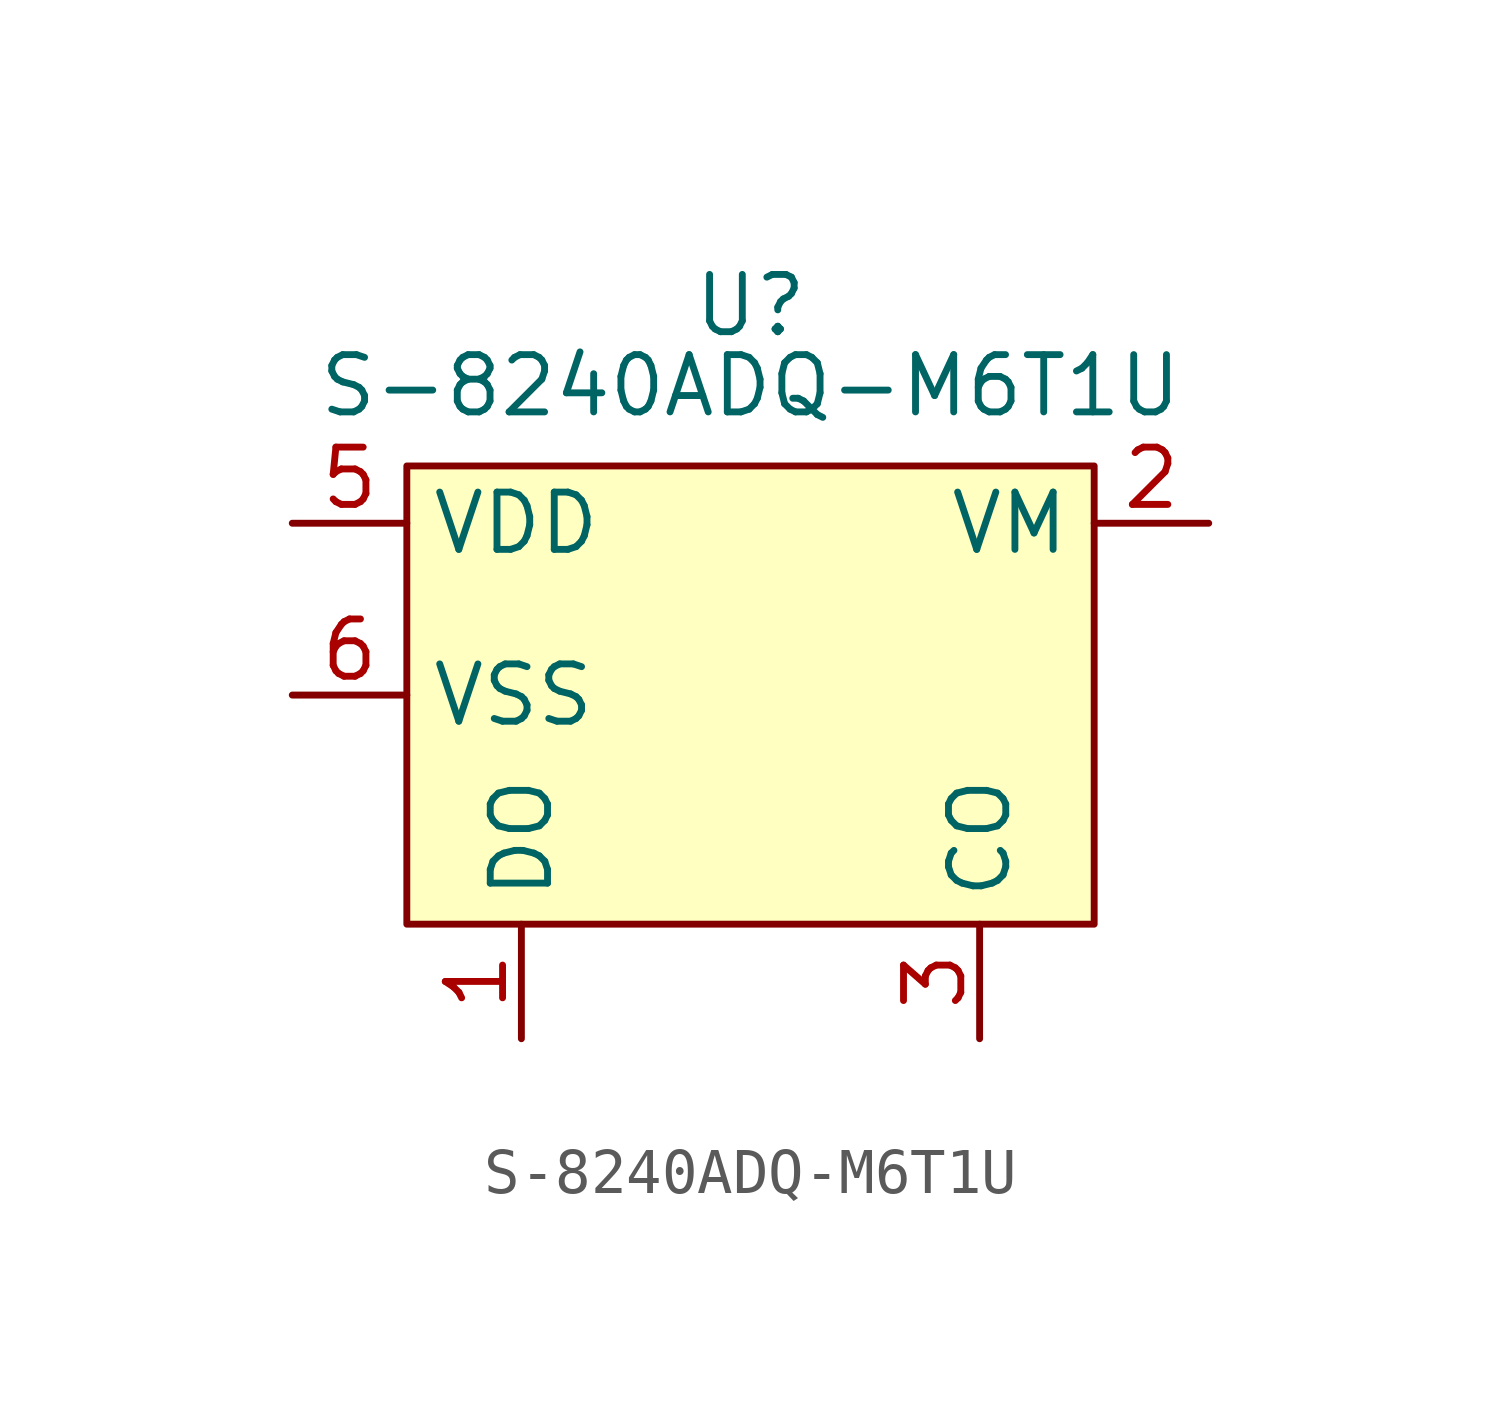
<source format=kicad_sym>
(kicad_symbol_lib
  (version 20231120)
  (generator "kicad_symbol_editor")
  (generator_version "8.0")
  (symbol "S-8240ADQ-M6T1U"
    (property "Reference" "U"
      (at 0 8.636 0)
      (effects (font (size 1.27 1.27))))
    (property "Value" "S-8240ADQ-M6T1U"
      (at 0 6.858 0)
      (effects (font (size 1.27 1.27))))
    (symbol "S-8240ADQ-M6T1U_1_1"
      (rectangle (start -7.62 5.08) (end 7.62 -5.08) (stroke (width 0) (type default)) (fill (type background)))
      (pin output line (at -5.08 -7.62 90) (length 2.54) (name "DO" (effects (font (size 1.27 1.27)))) (number "1" (effects (font (size 1.27 1.27)))))
      (pin input line (at 10.16 3.81 180) (length 2.54) (name "VM" (effects (font (size 1.27 1.27)))) (number "2" (effects (font (size 1.27 1.27)))))
      (pin output line (at 5.08 -7.62 90) (length 2.54) (name "CO" (effects (font (size 1.27 1.27)))) (number "3" (effects (font (size 1.27 1.27)))))
      (pin no_connect line (at 7.62 0 180) (length 2.54) hide (name "NC" (effects (font (size 1.27 1.27)))) (number "4" (effects (font (size 1.27 1.27)))))
      (pin power_in line (at -10.16 3.81 0) (length 2.54) (name "VDD" (effects (font (size 1.27 1.27)))) (number "5" (effects (font (size 1.27 1.27)))))
      (pin power_in line (at -10.16 0 0) (length 2.54) (name "VSS" (effects (font (size 1.27 1.27)))) (number "6" (effects (font (size 1.27 1.27))))))))
</source>
